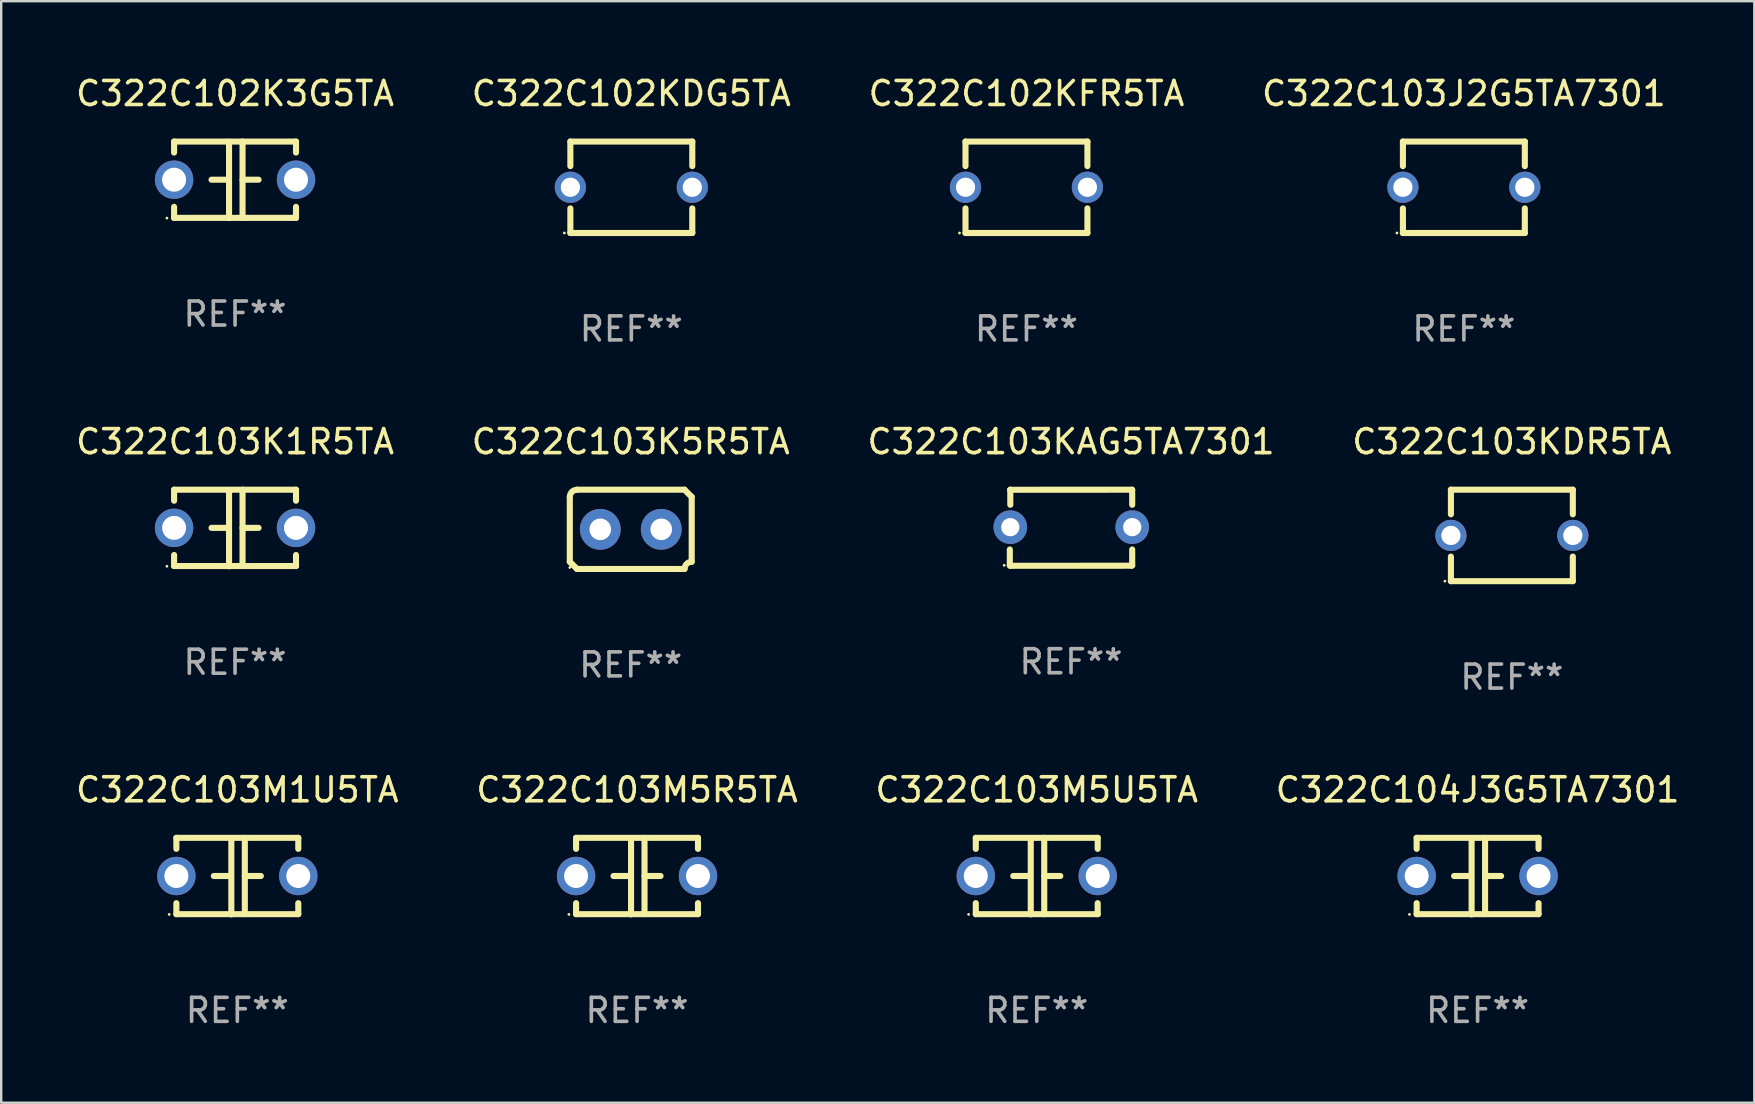
<source format=kicad_pcb>
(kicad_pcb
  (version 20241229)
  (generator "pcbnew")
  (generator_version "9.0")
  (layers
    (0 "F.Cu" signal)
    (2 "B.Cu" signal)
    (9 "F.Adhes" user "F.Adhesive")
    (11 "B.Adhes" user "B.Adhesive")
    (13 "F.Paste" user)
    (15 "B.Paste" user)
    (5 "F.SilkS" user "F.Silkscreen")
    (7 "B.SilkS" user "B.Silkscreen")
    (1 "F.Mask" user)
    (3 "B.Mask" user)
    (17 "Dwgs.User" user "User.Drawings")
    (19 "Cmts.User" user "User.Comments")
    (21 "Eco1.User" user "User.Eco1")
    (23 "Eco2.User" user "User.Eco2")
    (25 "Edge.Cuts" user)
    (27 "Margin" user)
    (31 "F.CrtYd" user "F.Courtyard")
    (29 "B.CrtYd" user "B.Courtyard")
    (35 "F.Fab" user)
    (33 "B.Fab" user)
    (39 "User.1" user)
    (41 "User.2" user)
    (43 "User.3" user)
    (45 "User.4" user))
  (footprint "C322C104J3G5TA7301"
    (layer "F.Cu")
    (at 58.518 33.456)
    (property "Reference" "C322C104J3G5TA7301" (at 0 -3.595 0) (layer "F.SilkS") (effects (font (size 1 1) (thickness 0.15))))
    (attr through_hole)
    (fp_line (start -2.54 -1.595) (end -2.54 -1.136) (stroke (width 0.254) (type solid)) (layer "F.SilkS"))
    (fp_line (start -2.54 -1.595) (end 2.54 -1.595) (stroke (width 0.254) (type solid)) (layer "F.SilkS"))
    (fp_line (start -2.54 1.126) (end -2.54 1.585) (stroke (width 0.254) (type solid)) (layer "F.SilkS"))
    (fp_line (start -0.312 -0.005) (end -0.98 -0.005) (stroke (width 0.254) (type solid)) (layer "F.SilkS"))
    (fp_line (start -0.25 -1.585) (end -0.25 1.595) (stroke (width 0.254) (type solid)) (layer "F.SilkS"))
    (fp_line (start 0.312 -1.595) (end 0.312 1.585) (stroke (width 0.254) (type solid)) (layer "F.SilkS"))
    (fp_line (start 0.312 -0.005) (end 0.98 -0.005) (stroke (width 0.254) (type solid)) (layer "F.SilkS"))
    (fp_line (start 2.54 -1.595) (end 2.54 -1.136) (stroke (width 0.254) (type solid)) (layer "F.SilkS"))
    (fp_line (start 2.54 1.126) (end 2.54 1.585) (stroke (width 0.254) (type solid)) (layer "F.SilkS"))
    (fp_line (start 2.54 1.585) (end -2.54 1.585) (stroke (width 0.254) (type solid)) (layer "F.SilkS"))
    (fp_circle (center -2.84 1.595) (end -2.81 1.595) (stroke (width 0.06) (type solid)) (fill no) (layer "F.SilkS"))
    (fp_text user "REF**" (at 0 5.595 0) (layer "F.Fab") (effects (font (size 1 1) (thickness 0.15))))
    (pad "1" thru_hole circle (at -2.54 -0.005) (size 1.6 1.6) (drill 1) (layers "*.Cu" "*.Mask"))
    (pad "2" thru_hole circle (at 2.54 -0.005) (size 1.6 1.6) (drill 1) (layers "*.Cu" "*.Mask")))
  (footprint "C322C103KAG5TA7301"
    (layer "F.Cu")
    (at 41.577 18.94)
    (property "Reference" "C322C103KAG5TA7301" (at 0 -3.585 0) (layer "F.SilkS") (effects (font (size 1 1) (thickness 0.15))))
    (attr through_hole)
    (fp_line (start -2.55 1.566) (end -2.55 0.906) (stroke (width 0.254) (type solid)) (layer "F.SilkS"))
    (fp_line (start -2.531 1.585) (end -2.55 1.566) (stroke (width 0.254) (type solid)) (layer "F.SilkS"))
    (fp_line (start -2.53 -1.577) (end -2.53 -1.577) (stroke (width 0.254) (type solid)) (layer "F.SilkS"))
    (fp_line (start -2.53 -1.577) (end -2.528 -1.583) (stroke (width 0.254) (type solid)) (layer "F.SilkS"))
    (fp_line (start -2.53 -0.957) (end -2.53 -1.577) (stroke (width 0.254) (type solid)) (layer "F.SilkS"))
    (fp_line (start -2.528 -1.583) (end 2.54 -1.585) (stroke (width 0.254) (type solid)) (layer "F.SilkS"))
    (fp_line (start 2.524 1.582) (end -2.531 1.585) (stroke (width 0.254) (type solid)) (layer "F.SilkS"))
    (fp_line (start 2.54 -1.585) (end 2.548 -1.575) (stroke (width 0.254) (type solid)) (layer "F.SilkS"))
    (fp_line (start 2.548 -1.575) (end 2.55 -0.957) (stroke (width 0.254) (type solid)) (layer "F.SilkS"))
    (fp_line (start 2.549 0.906) (end 2.549 1.566) (stroke (width 0.254) (type solid)) (layer "F.SilkS"))
    (fp_line (start 2.549 1.566) (end 2.524 1.582) (stroke (width 0.254) (type solid)) (layer "F.SilkS"))
    (fp_circle (center -2.785 1.565) (end -2.755 1.565) (stroke (width 0.06) (type solid)) (fill no) (layer "F.SilkS"))
    (fp_text user "REF**" (at 0 5.585 0) (layer "F.Fab") (effects (font (size 1 1) (thickness 0.15))))
    (pad "1" thru_hole circle (at -2.53 -0.025) (size 1.4 1.4) (drill 0.76) (layers "*.Cu" "*.Mask"))
    (pad "2" thru_hole circle (at 2.55 -0.025) (size 1.4 1.4) (drill 0.76) (layers "*.Cu" "*.Mask")))
  (footprint "C322C103J2G5TA7301"
    (layer "F.Cu")
    (at 57.946 4.753)
    (property "Reference" "C322C103J2G5TA7301" (at 0 -3.905 0) (layer "F.SilkS") (effects (font (size 1 1) (thickness 0.15))))
    (attr through_hole)
    (fp_line (start -2.54 -1.905) (end -2.54 -0.881) (stroke (width 0.254) (type solid)) (layer "F.SilkS"))
    (fp_line (start -2.54 0.881) (end -2.54 1.905) (stroke (width 0.254) (type solid)) (layer "F.SilkS"))
    (fp_line (start -2.54 1.905) (end 2.54 1.905) (stroke (width 0.254) (type solid)) (layer "F.SilkS"))
    (fp_line (start 2.54 -1.905) (end -2.54 -1.905) (stroke (width 0.254) (type solid)) (layer "F.SilkS"))
    (fp_line (start 2.54 -0.881) (end 2.54 -1.905) (stroke (width 0.254) (type solid)) (layer "F.SilkS"))
    (fp_line (start 2.54 1.905) (end 2.54 0.881) (stroke (width 0.254) (type solid)) (layer "F.SilkS"))
    (fp_circle (center -2.79 1.905) (end -2.76 1.905) (stroke (width 0.06) (type solid)) (fill no) (layer "F.SilkS"))
    (fp_text user "REF**" (at 0 5.905 0) (layer "F.Fab") (effects (font (size 1 1) (thickness 0.15))))
    (pad "1" thru_hole circle (at -2.54 0) (size 1.3 1.3) (drill 0.8) (layers "*.Cu" "*.Mask"))
    (pad "2" thru_hole circle (at 2.54 0) (size 1.3 1.3) (drill 0.8) (layers "*.Cu" "*.Mask")))
  (footprint "C322C102K3G5TA"
    (layer "F.Cu")
    (at 6.744 4.443)
    (property "Reference" "C322C102K3G5TA" (at 0 -3.595 0) (layer "F.SilkS") (effects (font (size 1 1) (thickness 0.15))))
    (attr through_hole)
    (fp_line (start -2.54 -1.595) (end -2.54 -1.136) (stroke (width 0.254) (type solid)) (layer "F.SilkS"))
    (fp_line (start -2.54 -1.595) (end 2.54 -1.595) (stroke (width 0.254) (type solid)) (layer "F.SilkS"))
    (fp_line (start -2.54 1.126) (end -2.54 1.585) (stroke (width 0.254) (type solid)) (layer "F.SilkS"))
    (fp_line (start -0.312 -0.005) (end -0.98 -0.005) (stroke (width 0.254) (type solid)) (layer "F.SilkS"))
    (fp_line (start -0.25 -1.585) (end -0.25 1.595) (stroke (width 0.254) (type solid)) (layer "F.SilkS"))
    (fp_line (start 0.312 -1.595) (end 0.312 1.585) (stroke (width 0.254) (type solid)) (layer "F.SilkS"))
    (fp_line (start 0.312 -0.005) (end 0.98 -0.005) (stroke (width 0.254) (type solid)) (layer "F.SilkS"))
    (fp_line (start 2.54 -1.595) (end 2.54 -1.136) (stroke (width 0.254) (type solid)) (layer "F.SilkS"))
    (fp_line (start 2.54 1.126) (end 2.54 1.585) (stroke (width 0.254) (type solid)) (layer "F.SilkS"))
    (fp_line (start 2.54 1.585) (end -2.54 1.585) (stroke (width 0.254) (type solid)) (layer "F.SilkS"))
    (fp_circle (center -2.84 1.595) (end -2.81 1.595) (stroke (width 0.06) (type solid)) (fill no) (layer "F.SilkS"))
    (fp_text user "REF**" (at 0 5.595 0) (layer "F.Fab") (effects (font (size 1 1) (thickness 0.15))))
    (pad "1" thru_hole circle (at -2.54 -0.005) (size 1.6 1.6) (drill 1) (layers "*.Cu" "*.Mask"))
    (pad "2" thru_hole circle (at 2.54 -0.005) (size 1.6 1.6) (drill 1) (layers "*.Cu" "*.Mask")))
  (footprint "C322C103M5U5TA"
    (layer "F.Cu")
    (at 40.149 33.456)
    (property "Reference" "C322C103M5U5TA" (at 0 -3.595 0) (layer "F.SilkS") (effects (font (size 1 1) (thickness 0.15))))
    (attr through_hole)
    (fp_line (start -2.54 -1.595) (end -2.54 -1.136) (stroke (width 0.254) (type solid)) (layer "F.SilkS"))
    (fp_line (start -2.54 -1.595) (end 2.54 -1.595) (stroke (width 0.254) (type solid)) (layer "F.SilkS"))
    (fp_line (start -2.54 1.126) (end -2.54 1.585) (stroke (width 0.254) (type solid)) (layer "F.SilkS"))
    (fp_line (start -0.312 -0.005) (end -0.98 -0.005) (stroke (width 0.254) (type solid)) (layer "F.SilkS"))
    (fp_line (start -0.25 -1.585) (end -0.25 1.595) (stroke (width 0.254) (type solid)) (layer "F.SilkS"))
    (fp_line (start 0.312 -1.595) (end 0.312 1.585) (stroke (width 0.254) (type solid)) (layer "F.SilkS"))
    (fp_line (start 0.312 -0.005) (end 0.98 -0.005) (stroke (width 0.254) (type solid)) (layer "F.SilkS"))
    (fp_line (start 2.54 -1.595) (end 2.54 -1.136) (stroke (width 0.254) (type solid)) (layer "F.SilkS"))
    (fp_line (start 2.54 1.126) (end 2.54 1.585) (stroke (width 0.254) (type solid)) (layer "F.SilkS"))
    (fp_line (start 2.54 1.585) (end -2.54 1.585) (stroke (width 0.254) (type solid)) (layer "F.SilkS"))
    (fp_circle (center -2.84 1.595) (end -2.81 1.595) (stroke (width 0.06) (type solid)) (fill no) (layer "F.SilkS"))
    (fp_text user "REF**" (at 0 5.595 0) (layer "F.Fab") (effects (font (size 1 1) (thickness 0.15))))
    (pad "1" thru_hole circle (at -2.54 -0.005) (size 1.6 1.6) (drill 1) (layers "*.Cu" "*.Mask"))
    (pad "2" thru_hole circle (at 2.54 -0.005) (size 1.6 1.6) (drill 1) (layers "*.Cu" "*.Mask")))
  (footprint "C322C103K5R5TA"
    (layer "F.Cu")
    (at 23.232 19.006)
    (property "Reference" "C322C103K5R5TA" (at 0 -3.651 0) (layer "F.SilkS") (effects (font (size 1 1) (thickness 0.15))))
    (attr through_hole)
    (fp_line (start -2.54 -1.351) (end -2.54 1.351) (stroke (width 0.254) (type solid)) (layer "F.SilkS"))
    (fp_line (start -2.24 -1.651) (end 2.24 -1.651) (stroke (width 0.254) (type solid)) (layer "F.SilkS"))
    (fp_line (start 2.24 1.651) (end -2.24 1.651) (stroke (width 0.254) (type solid)) (layer "F.SilkS"))
    (fp_line (start 2.54 1.351) (end 2.54 -1.351) (stroke (width 0.254) (type solid)) (layer "F.SilkS"))
    (fp_arc (start -2.540005 -1.351283) (mid -2.450115 -1.561309) (end -2.240005 -1.651003) (stroke (width 0.254001) (type solid)) (layer "F.SilkS"))
    (fp_arc (start -2.240287 1.651001) (mid -2.390163 1.501019) (end -2.540005 1.351003) (stroke (width 0.254001) (type solid)) (layer "F.SilkS"))
    (fp_arc (start 2.240005 1.651003) (mid 2.329934 1.441015) (end 2.540005 1.351282) (stroke (width 0.254001) (type solid)) (layer "F.SilkS"))
    (fp_arc (start 2.540005 -1.351003) (mid 2.389393 -1.500252) (end 2.240284 -1.651003) (stroke (width 0.254001) (type solid)) (layer "F.SilkS"))
    (fp_circle (center -2.54 1.59) (end -2.51 1.59) (stroke (width 0.06) (type solid)) (fill no) (layer "F.SilkS"))
    (fp_text user "REF**" (at 0 5.651 0) (layer "F.Fab") (effects (font (size 1 1) (thickness 0.15))))
    (pad "1" thru_hole circle (at -1.27 0) (size 1.7 1.7) (drill 0.9) (layers "*.Cu" "*.Mask"))
    (pad "2" thru_hole circle (at 1.27 0) (size 1.7 1.7) (drill 0.9) (layers "*.Cu" "*.Mask")))
  (footprint "C322C103M1U5TA"
    (layer "F.Cu")
    (at 6.839 33.456)
    (property "Reference" "C322C103M1U5TA" (at 0 -3.595 0) (layer "F.SilkS") (effects (font (size 1 1) (thickness 0.15))))
    (attr through_hole)
    (fp_line (start -2.54 -1.595) (end -2.54 -1.136) (stroke (width 0.254) (type solid)) (layer "F.SilkS"))
    (fp_line (start -2.54 -1.595) (end 2.54 -1.595) (stroke (width 0.254) (type solid)) (layer "F.SilkS"))
    (fp_line (start -2.54 1.126) (end -2.54 1.585) (stroke (width 0.254) (type solid)) (layer "F.SilkS"))
    (fp_line (start -0.312 -0.005) (end -0.98 -0.005) (stroke (width 0.254) (type solid)) (layer "F.SilkS"))
    (fp_line (start -0.25 -1.585) (end -0.25 1.595) (stroke (width 0.254) (type solid)) (layer "F.SilkS"))
    (fp_line (start 0.312 -1.595) (end 0.312 1.585) (stroke (width 0.254) (type solid)) (layer "F.SilkS"))
    (fp_line (start 0.312 -0.005) (end 0.98 -0.005) (stroke (width 0.254) (type solid)) (layer "F.SilkS"))
    (fp_line (start 2.54 -1.595) (end 2.54 -1.136) (stroke (width 0.254) (type solid)) (layer "F.SilkS"))
    (fp_line (start 2.54 1.126) (end 2.54 1.585) (stroke (width 0.254) (type solid)) (layer "F.SilkS"))
    (fp_line (start 2.54 1.585) (end -2.54 1.585) (stroke (width 0.254) (type solid)) (layer "F.SilkS"))
    (fp_circle (center -2.84 1.595) (end -2.81 1.595) (stroke (width 0.06) (type solid)) (fill no) (layer "F.SilkS"))
    (fp_text user "REF**" (at 0 5.595 0) (layer "F.Fab") (effects (font (size 1 1) (thickness 0.15))))
    (pad "1" thru_hole circle (at -2.54 -0.005) (size 1.6 1.6) (drill 1) (layers "*.Cu" "*.Mask"))
    (pad "2" thru_hole circle (at 2.54 -0.005) (size 1.6 1.6) (drill 1) (layers "*.Cu" "*.Mask")))
  (footprint "C322C102KDG5TA"
    (layer "F.Cu")
    (at 23.256 4.753)
    (property "Reference" "C322C102KDG5TA" (at 0 -3.905 0) (layer "F.SilkS") (effects (font (size 1 1) (thickness 0.15))))
    (attr through_hole)
    (fp_line (start -2.54 -1.905) (end -2.54 -0.881) (stroke (width 0.254) (type solid)) (layer "F.SilkS"))
    (fp_line (start -2.54 0.881) (end -2.54 1.905) (stroke (width 0.254) (type solid)) (layer "F.SilkS"))
    (fp_line (start -2.54 1.905) (end 2.54 1.905) (stroke (width 0.254) (type solid)) (layer "F.SilkS"))
    (fp_line (start 2.54 -1.905) (end -2.54 -1.905) (stroke (width 0.254) (type solid)) (layer "F.SilkS"))
    (fp_line (start 2.54 -0.881) (end 2.54 -1.905) (stroke (width 0.254) (type solid)) (layer "F.SilkS"))
    (fp_line (start 2.54 1.905) (end 2.54 0.881) (stroke (width 0.254) (type solid)) (layer "F.SilkS"))
    (fp_circle (center -2.79 1.905) (end -2.76 1.905) (stroke (width 0.06) (type solid)) (fill no) (layer "F.SilkS"))
    (fp_text user "REF**" (at 0 5.905 0) (layer "F.Fab") (effects (font (size 1 1) (thickness 0.15))))
    (pad "1" thru_hole circle (at -2.54 0) (size 1.3 1.3) (drill 0.8) (layers "*.Cu" "*.Mask"))
    (pad "2" thru_hole circle (at 2.54 0) (size 1.3 1.3) (drill 0.8) (layers "*.Cu" "*.Mask")))
  (footprint "C322C102KFR5TA"
    (layer "F.Cu")
    (at 39.72 4.753)
    (property "Reference" "C322C102KFR5TA" (at 0 -3.905 0) (layer "F.SilkS") (effects (font (size 1 1) (thickness 0.15))))
    (attr through_hole)
    (fp_line (start -2.54 -1.905) (end -2.54 -0.881) (stroke (width 0.254) (type solid)) (layer "F.SilkS"))
    (fp_line (start -2.54 0.881) (end -2.54 1.905) (stroke (width 0.254) (type solid)) (layer "F.SilkS"))
    (fp_line (start -2.54 1.905) (end 2.54 1.905) (stroke (width 0.254) (type solid)) (layer "F.SilkS"))
    (fp_line (start 2.54 -1.905) (end -2.54 -1.905) (stroke (width 0.254) (type solid)) (layer "F.SilkS"))
    (fp_line (start 2.54 -0.881) (end 2.54 -1.905) (stroke (width 0.254) (type solid)) (layer "F.SilkS"))
    (fp_line (start 2.54 1.905) (end 2.54 0.881) (stroke (width 0.254) (type solid)) (layer "F.SilkS"))
    (fp_circle (center -2.79 1.905) (end -2.76 1.905) (stroke (width 0.06) (type solid)) (fill no) (layer "F.SilkS"))
    (fp_text user "REF**" (at 0 5.905 0) (layer "F.Fab") (effects (font (size 1 1) (thickness 0.15))))
    (pad "1" thru_hole circle (at -2.54 0) (size 1.3 1.3) (drill 0.8) (layers "*.Cu" "*.Mask"))
    (pad "2" thru_hole circle (at 2.54 0) (size 1.3 1.3) (drill 0.8) (layers "*.Cu" "*.Mask")))
  (footprint "C322C103K1R5TA"
    (layer "F.Cu")
    (at 6.744 18.95)
    (property "Reference" "C322C103K1R5TA" (at 0 -3.595 0) (layer "F.SilkS") (effects (font (size 1 1) (thickness 0.15))))
    (attr through_hole)
    (fp_line (start -2.54 -1.595) (end -2.54 -1.136) (stroke (width 0.254) (type solid)) (layer "F.SilkS"))
    (fp_line (start -2.54 -1.595) (end 2.54 -1.595) (stroke (width 0.254) (type solid)) (layer "F.SilkS"))
    (fp_line (start -2.54 1.126) (end -2.54 1.585) (stroke (width 0.254) (type solid)) (layer "F.SilkS"))
    (fp_line (start -0.312 -0.005) (end -0.98 -0.005) (stroke (width 0.254) (type solid)) (layer "F.SilkS"))
    (fp_line (start -0.25 -1.585) (end -0.25 1.595) (stroke (width 0.254) (type solid)) (layer "F.SilkS"))
    (fp_line (start 0.312 -1.595) (end 0.312 1.585) (stroke (width 0.254) (type solid)) (layer "F.SilkS"))
    (fp_line (start 0.312 -0.005) (end 0.98 -0.005) (stroke (width 0.254) (type solid)) (layer "F.SilkS"))
    (fp_line (start 2.54 -1.595) (end 2.54 -1.136) (stroke (width 0.254) (type solid)) (layer "F.SilkS"))
    (fp_line (start 2.54 1.126) (end 2.54 1.585) (stroke (width 0.254) (type solid)) (layer "F.SilkS"))
    (fp_line (start 2.54 1.585) (end -2.54 1.585) (stroke (width 0.254) (type solid)) (layer "F.SilkS"))
    (fp_circle (center -2.84 1.595) (end -2.81 1.595) (stroke (width 0.06) (type solid)) (fill no) (layer "F.SilkS"))
    (fp_text user "REF**" (at 0 5.595 0) (layer "F.Fab") (effects (font (size 1 1) (thickness 0.15))))
    (pad "1" thru_hole circle (at -2.54 -0.005) (size 1.6 1.6) (drill 1) (layers "*.Cu" "*.Mask"))
    (pad "2" thru_hole circle (at 2.54 -0.005) (size 1.6 1.6) (drill 1) (layers "*.Cu" "*.Mask")))
  (footprint "C322C103KDR5TA"
    (layer "F.Cu")
    (at 59.946 19.26)
    (property "Reference" "C322C103KDR5TA" (at 0 -3.905 0) (layer "F.SilkS") (effects (font (size 1 1) (thickness 0.15))))
    (attr through_hole)
    (fp_line (start -2.54 -1.905) (end -2.54 -0.881) (stroke (width 0.254) (type solid)) (layer "F.SilkS"))
    (fp_line (start -2.54 0.881) (end -2.54 1.905) (stroke (width 0.254) (type solid)) (layer "F.SilkS"))
    (fp_line (start -2.54 1.905) (end 2.54 1.905) (stroke (width 0.254) (type solid)) (layer "F.SilkS"))
    (fp_line (start 2.54 -1.905) (end -2.54 -1.905) (stroke (width 0.254) (type solid)) (layer "F.SilkS"))
    (fp_line (start 2.54 -0.881) (end 2.54 -1.905) (stroke (width 0.254) (type solid)) (layer "F.SilkS"))
    (fp_line (start 2.54 1.905) (end 2.54 0.881) (stroke (width 0.254) (type solid)) (layer "F.SilkS"))
    (fp_circle (center -2.79 1.905) (end -2.76 1.905) (stroke (width 0.06) (type solid)) (fill no) (layer "F.SilkS"))
    (fp_text user "REF**" (at 0 5.905 0) (layer "F.Fab") (effects (font (size 1 1) (thickness 0.15))))
    (pad "1" thru_hole circle (at -2.54 0) (size 1.3 1.3) (drill 0.8) (layers "*.Cu" "*.Mask"))
    (pad "2" thru_hole circle (at 2.54 0) (size 1.3 1.3) (drill 0.8) (layers "*.Cu" "*.Mask")))
  (footprint "C322C103M5R5TA"
    (layer "F.Cu")
    (at 23.494 33.456)
    (property "Reference" "C322C103M5R5TA" (at 0 -3.595 0) (layer "F.SilkS") (effects (font (size 1 1) (thickness 0.15))))
    (attr through_hole)
    (fp_line (start -2.54 -1.595) (end -2.54 -1.136) (stroke (width 0.254) (type solid)) (layer "F.SilkS"))
    (fp_line (start -2.54 -1.595) (end 2.54 -1.595) (stroke (width 0.254) (type solid)) (layer "F.SilkS"))
    (fp_line (start -2.54 1.126) (end -2.54 1.585) (stroke (width 0.254) (type solid)) (layer "F.SilkS"))
    (fp_line (start -0.312 -0.005) (end -0.98 -0.005) (stroke (width 0.254) (type solid)) (layer "F.SilkS"))
    (fp_line (start -0.25 -1.585) (end -0.25 1.595) (stroke (width 0.254) (type solid)) (layer "F.SilkS"))
    (fp_line (start 0.312 -1.595) (end 0.312 1.585) (stroke (width 0.254) (type solid)) (layer "F.SilkS"))
    (fp_line (start 0.312 -0.005) (end 0.98 -0.005) (stroke (width 0.254) (type solid)) (layer "F.SilkS"))
    (fp_line (start 2.54 -1.595) (end 2.54 -1.136) (stroke (width 0.254) (type solid)) (layer "F.SilkS"))
    (fp_line (start 2.54 1.126) (end 2.54 1.585) (stroke (width 0.254) (type solid)) (layer "F.SilkS"))
    (fp_line (start 2.54 1.585) (end -2.54 1.585) (stroke (width 0.254) (type solid)) (layer "F.SilkS"))
    (fp_circle (center -2.84 1.595) (end -2.81 1.595) (stroke (width 0.06) (type solid)) (fill no) (layer "F.SilkS"))
    (fp_text user "REF**" (at 0 5.595 0) (layer "F.Fab") (effects (font (size 1 1) (thickness 0.15))))
    (pad "1" thru_hole circle (at -2.54 -0.005) (size 1.6 1.6) (drill 1) (layers "*.Cu" "*.Mask"))
    (pad "2" thru_hole circle (at 2.54 -0.005) (size 1.6 1.6) (drill 1) (layers "*.Cu" "*.Mask")))
  (gr_rect
    (start -3 -3)
    (end 70.048 42.899)
    (stroke (width 0.1) (type default))
    (fill no)
    (layer "Edge.Cuts")))
</source>
